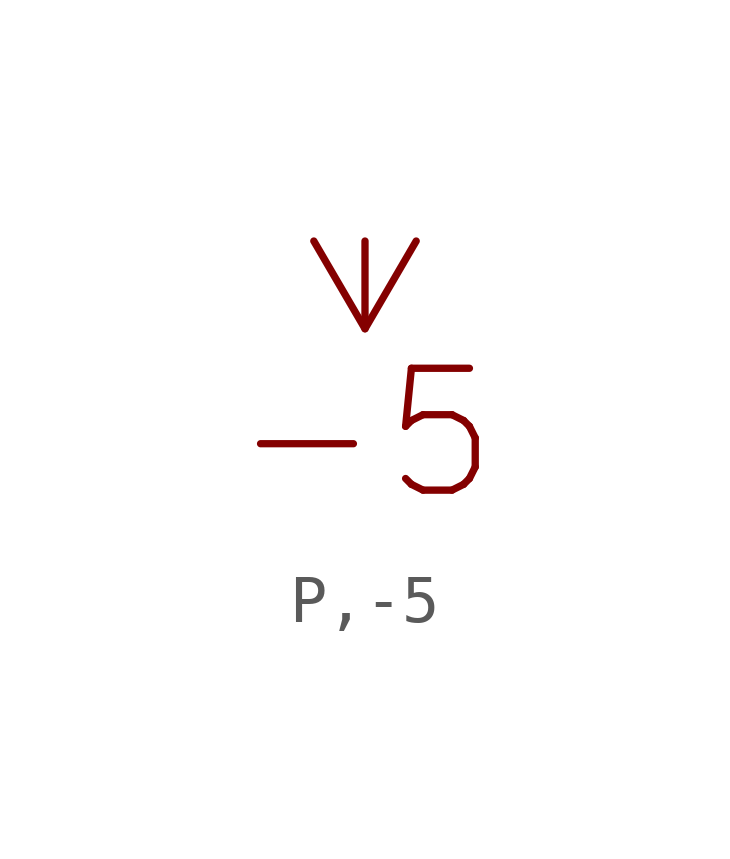
<source format=kicad_sym>
(kicad_symbol_lib
  (version 20211014)
  (generator kicad_symbol_editor)
  (symbol "P,-5"
    (power)
    (pin_numbers hide)
    (pin_names
      (offset 1.27) hide)
    (property "Reference" "#PWR"
      (at 2.54 0 0)
      (effects (font (size 2.54 2.54)) (justify left) hide))
    (symbol "P,-5_1_1"
      (polyline (pts (xy 0 0) (xy 0 -1.829)) (stroke (width 0) (type default) (color 0 0 0 0)) (fill (type none)))
      (polyline (pts (xy -1.067 0) (xy 0 -1.829) (xy 1.067 0)) (stroke (width 0) (type default) (color 0 0 0 0)) (fill (type none)))
      (text "-5" (at 0 -2.54 0) (effects (font (size 2.54 2.54)) (justify top)))
      (pin power_in line (at 0 0 0) (length 0) hide (name "-5" (effects (font (size 2.54 2.54)))) (number "0" (effects (font (size 0 0))))))))
</source>
